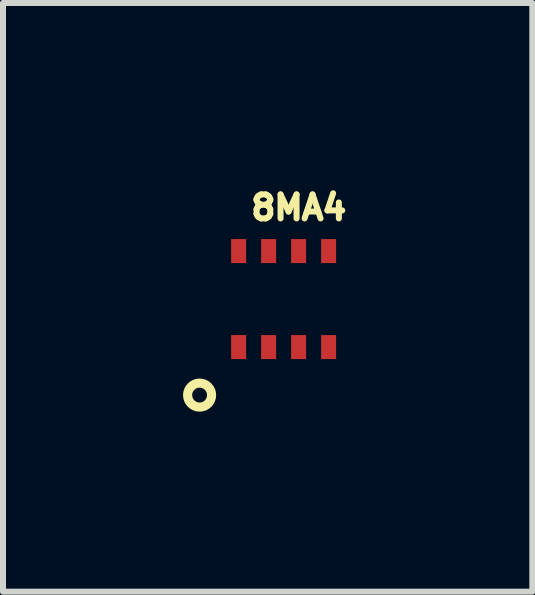
<source format=kicad_pcb>
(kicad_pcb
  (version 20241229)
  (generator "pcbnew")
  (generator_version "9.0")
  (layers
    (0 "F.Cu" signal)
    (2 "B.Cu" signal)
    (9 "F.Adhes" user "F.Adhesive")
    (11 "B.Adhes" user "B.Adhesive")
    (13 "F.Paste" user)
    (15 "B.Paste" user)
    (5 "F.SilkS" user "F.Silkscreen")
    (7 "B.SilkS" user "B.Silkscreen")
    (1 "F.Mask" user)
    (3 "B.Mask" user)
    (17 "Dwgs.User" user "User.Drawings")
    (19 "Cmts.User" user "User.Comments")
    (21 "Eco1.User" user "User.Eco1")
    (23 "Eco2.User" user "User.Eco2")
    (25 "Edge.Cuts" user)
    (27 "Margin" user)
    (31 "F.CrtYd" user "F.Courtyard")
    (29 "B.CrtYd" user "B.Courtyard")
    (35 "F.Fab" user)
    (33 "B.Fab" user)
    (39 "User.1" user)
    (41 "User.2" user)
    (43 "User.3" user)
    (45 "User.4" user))
  (footprint "8MA4"
    (layer "F.Cu")
    (at 1.676 1.934)
    (property "Reference" "8MA4" (at 0.254 -1.524 0) (layer "F.SilkS") (effects (font (size 0.4 0.4) (thickness 0.15))))
    (attr smd)
    (fp_circle (center -1.4 1.6) (end -1.2 1.6) (stroke (width 0.152) (type solid)) (fill no) (layer "F.SilkS"))
    (pad "1" smd rect (at -0.75 0.8) (size 0.25 0.4) (layers "F.Cu" "F.Mask" "F.Paste"))
    (pad "2" smd rect (at -0.25 0.8) (size 0.25 0.4) (layers "F.Cu" "F.Mask" "F.Paste"))
    (pad "3" smd rect (at 0.25 0.8) (size 0.25 0.4) (layers "F.Cu" "F.Mask" "F.Paste"))
    (pad "4" smd rect (at 0.75 0.8) (size 0.25 0.4) (layers "F.Cu" "F.Mask" "F.Paste"))
    (pad "5" smd rect (at 0.75 -0.8) (size 0.25 0.4) (layers "F.Cu" "F.Mask" "F.Paste"))
    (pad "6" smd rect (at 0.25 -0.8) (size 0.25 0.4) (layers "F.Cu" "F.Mask" "F.Paste"))
    (pad "7" smd rect (at -0.25 -0.8) (size 0.25 0.4) (layers "F.Cu" "F.Mask" "F.Paste"))
    (pad "8" smd rect (at -0.75 -0.8) (size 0.25 0.4) (layers "F.Cu" "F.Mask" "F.Paste")))
  (gr_rect
    (start -3 -3)
    (end 5.821 6.81)
    (stroke (width 0.1) (type default))
    (fill no)
    (layer "Edge.Cuts")))
</source>
